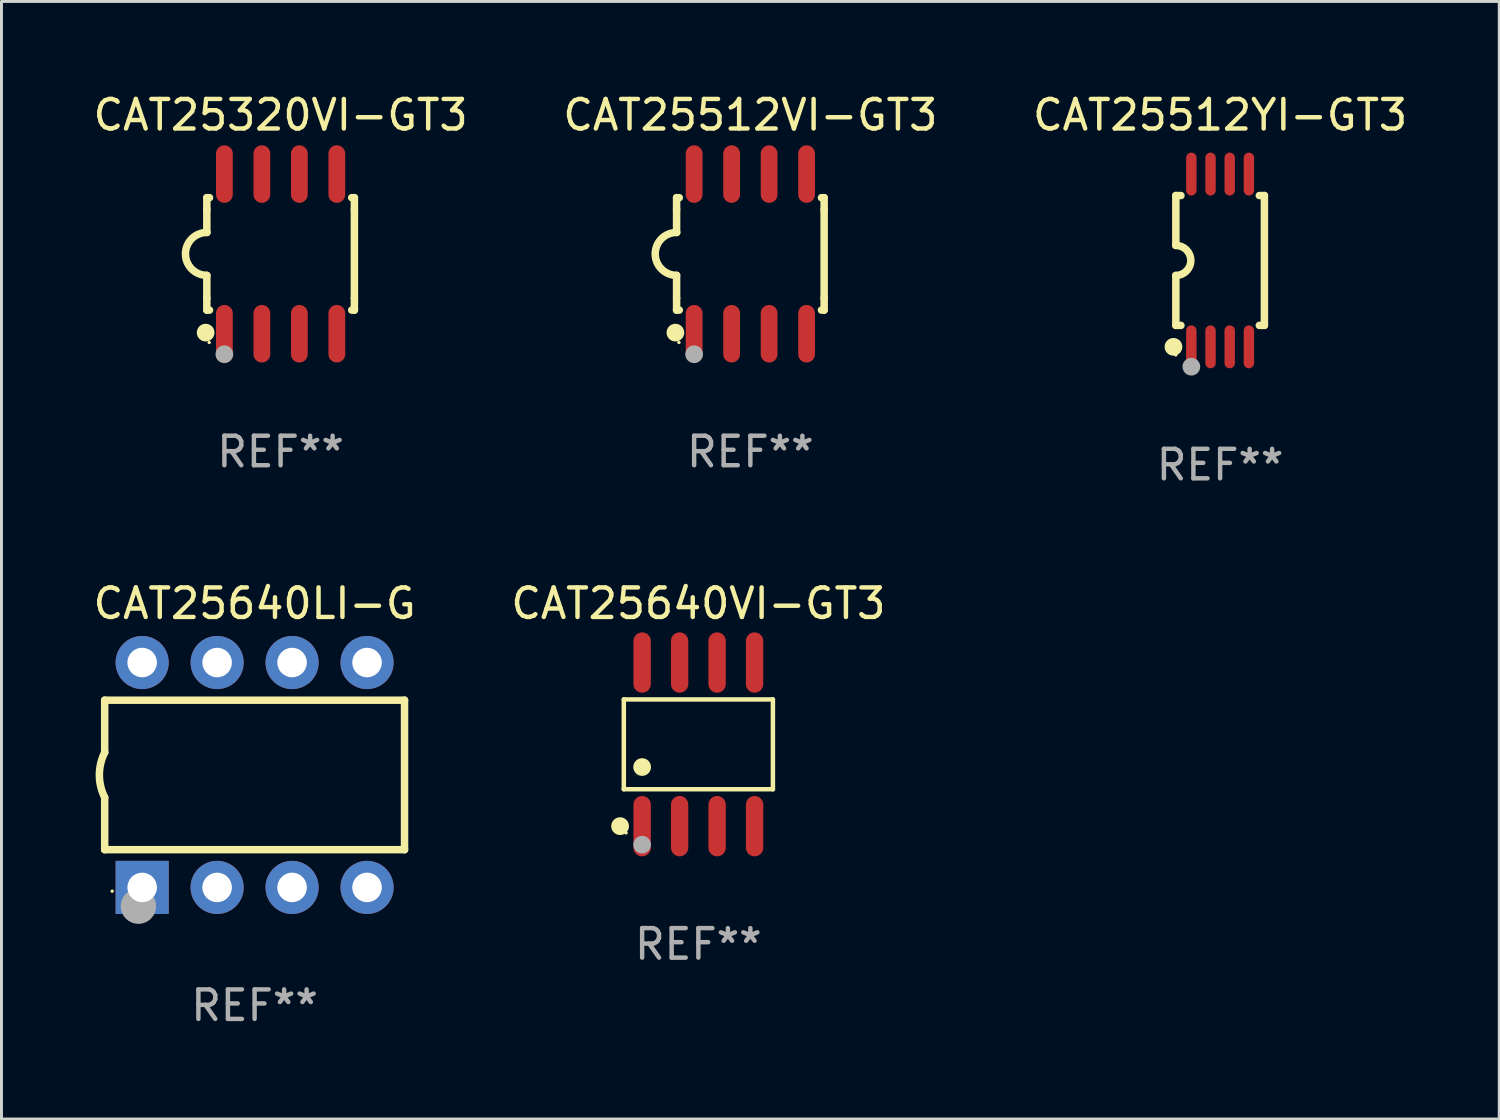
<source format=kicad_pcb>
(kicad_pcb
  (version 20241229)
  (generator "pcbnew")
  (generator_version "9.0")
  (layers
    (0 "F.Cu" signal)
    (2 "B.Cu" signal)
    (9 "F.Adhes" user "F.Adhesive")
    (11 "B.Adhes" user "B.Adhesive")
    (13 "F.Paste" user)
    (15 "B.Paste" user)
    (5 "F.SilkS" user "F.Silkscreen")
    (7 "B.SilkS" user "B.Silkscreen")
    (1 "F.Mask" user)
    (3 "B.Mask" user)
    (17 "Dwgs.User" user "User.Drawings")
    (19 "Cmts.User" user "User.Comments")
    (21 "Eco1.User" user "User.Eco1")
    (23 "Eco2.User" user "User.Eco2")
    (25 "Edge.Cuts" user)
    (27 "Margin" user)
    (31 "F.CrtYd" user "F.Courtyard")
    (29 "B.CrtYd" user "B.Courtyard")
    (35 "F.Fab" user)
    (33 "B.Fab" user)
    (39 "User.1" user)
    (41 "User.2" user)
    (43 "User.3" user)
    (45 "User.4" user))
  (footprint "CAT25320VI-GT3"
    (layer "F.Cu")
    (at 6.458 5.553)
    (property "Reference" "CAT25320VI-GT3" (at 0 -4.705 0) (layer "F.SilkS") (effects (font (size 1 1) (thickness 0.15))))
    (attr through_hole)
    (fp_line (start -2.5 -1.905) (end -2.409 -1.905) (stroke (width 0.254) (type solid)) (layer "F.SilkS"))
    (fp_line (start -2.5 -1.5) (end -2.5 -1.905) (stroke (width 0.254) (type solid)) (layer "F.SilkS"))
    (fp_line (start -2.5 -1.5) (end -2.5 -0.726) (stroke (width 0.254) (type solid)) (layer "F.SilkS"))
    (fp_line (start -2.5 1.5) (end -2.5 0.727) (stroke (width 0.254) (type solid)) (layer "F.SilkS"))
    (fp_line (start -2.5 1.5) (end -2.5 1.905) (stroke (width 0.254) (type solid)) (layer "F.SilkS"))
    (fp_line (start -2.5 1.905) (end -2.409 1.905) (stroke (width 0.254) (type solid)) (layer "F.SilkS"))
    (fp_line (start 2.5 -1.905) (end 2.409 -1.905) (stroke (width 0.254) (type solid)) (layer "F.SilkS"))
    (fp_line (start 2.5 -1.5) (end 2.5 -1.905) (stroke (width 0.254) (type solid)) (layer "F.SilkS"))
    (fp_line (start 2.5 -1.5) (end 2.5 1.5) (stroke (width 0.254) (type solid)) (layer "F.SilkS"))
    (fp_line (start 2.5 1.5) (end 2.5 1.905) (stroke (width 0.254) (type solid)) (layer "F.SilkS"))
    (fp_line (start 2.5 1.905) (end 2.409 1.905) (stroke (width 0.254) (type solid)) (layer "F.SilkS"))
    (fp_arc (start -2.5 0.726568) (mid -3.220316 -0.0023) (end -2.495097 -0.726289) (stroke (width 0.254001) (type solid)) (layer "F.SilkS"))
    (fp_circle (center -2.54 2.667) (end -2.39 2.667) (stroke (width 0.3) (type solid)) (fill no) (layer "F.SilkS"))
    (fp_circle (center -2.42 3) (end -2.39 3) (stroke (width 0.06) (type solid)) (fill no) (layer "F.SilkS"))
    (fp_circle (center -1.905 3.4) (end -1.755 3.4) (stroke (width 0.3) (type solid)) (fill no) (layer "F.Fab"))
    (fp_text user "REF**" (at 0 6.705 0) (layer "F.Fab") (effects (font (size 1 1) (thickness 0.15))))
    (pad "1" smd oval (at -1.905 2.705) (size 0.568 1.95) (layers "F.Cu" "F.Mask" "F.Paste"))
    (pad "2" smd oval (at -0.635 2.705) (size 0.568 1.95) (layers "F.Cu" "F.Mask" "F.Paste"))
    (pad "3" smd oval (at 0.635 2.705) (size 0.568 1.95) (layers "F.Cu" "F.Mask" "F.Paste"))
    (pad "4" smd oval (at 1.905 2.705) (size 0.568 1.95) (layers "F.Cu" "F.Mask" "F.Paste"))
    (pad "5" smd oval (at 1.905 -2.705) (size 0.568 1.95) (layers "F.Cu" "F.Mask" "F.Paste"))
    (pad "6" smd oval (at 0.635 -2.705) (size 0.568 1.95) (layers "F.Cu" "F.Mask" "F.Paste"))
    (pad "7" smd oval (at -0.635 -2.705) (size 0.568 1.95) (layers "F.Cu" "F.Mask" "F.Paste"))
    (pad "8" smd oval (at -1.905 -2.705) (size 0.568 1.95) (layers "F.Cu" "F.Mask" "F.Paste")))
  (footprint "CAT25512VI-GT3"
    (layer "F.Cu")
    (at 22.375 5.553)
    (property "Reference" "CAT25512VI-GT3" (at 0 -4.705 0) (layer "F.SilkS") (effects (font (size 1 1) (thickness 0.15))))
    (attr through_hole)
    (fp_line (start -2.5 -1.905) (end -2.409 -1.905) (stroke (width 0.254) (type solid)) (layer "F.SilkS"))
    (fp_line (start -2.5 -1.5) (end -2.5 -1.905) (stroke (width 0.254) (type solid)) (layer "F.SilkS"))
    (fp_line (start -2.5 -1.5) (end -2.5 -0.726) (stroke (width 0.254) (type solid)) (layer "F.SilkS"))
    (fp_line (start -2.5 1.5) (end -2.5 0.727) (stroke (width 0.254) (type solid)) (layer "F.SilkS"))
    (fp_line (start -2.5 1.5) (end -2.5 1.905) (stroke (width 0.254) (type solid)) (layer "F.SilkS"))
    (fp_line (start -2.5 1.905) (end -2.409 1.905) (stroke (width 0.254) (type solid)) (layer "F.SilkS"))
    (fp_line (start 2.5 -1.905) (end 2.409 -1.905) (stroke (width 0.254) (type solid)) (layer "F.SilkS"))
    (fp_line (start 2.5 -1.5) (end 2.5 -1.905) (stroke (width 0.254) (type solid)) (layer "F.SilkS"))
    (fp_line (start 2.5 -1.5) (end 2.5 1.5) (stroke (width 0.254) (type solid)) (layer "F.SilkS"))
    (fp_line (start 2.5 1.5) (end 2.5 1.905) (stroke (width 0.254) (type solid)) (layer "F.SilkS"))
    (fp_line (start 2.5 1.905) (end 2.409 1.905) (stroke (width 0.254) (type solid)) (layer "F.SilkS"))
    (fp_arc (start -2.5 0.726568) (mid -3.220316 -0.0023) (end -2.495097 -0.726289) (stroke (width 0.254001) (type solid)) (layer "F.SilkS"))
    (fp_circle (center -2.54 2.667) (end -2.39 2.667) (stroke (width 0.3) (type solid)) (fill no) (layer "F.SilkS"))
    (fp_circle (center -2.42 3) (end -2.39 3) (stroke (width 0.06) (type solid)) (fill no) (layer "F.SilkS"))
    (fp_circle (center -1.905 3.4) (end -1.755 3.4) (stroke (width 0.3) (type solid)) (fill no) (layer "F.Fab"))
    (fp_text user "REF**" (at 0 6.705 0) (layer "F.Fab") (effects (font (size 1 1) (thickness 0.15))))
    (pad "1" smd oval (at -1.905 2.705) (size 0.568 1.95) (layers "F.Cu" "F.Mask" "F.Paste"))
    (pad "2" smd oval (at -0.635 2.705) (size 0.568 1.95) (layers "F.Cu" "F.Mask" "F.Paste"))
    (pad "3" smd oval (at 0.635 2.705) (size 0.568 1.95) (layers "F.Cu" "F.Mask" "F.Paste"))
    (pad "4" smd oval (at 1.905 2.705) (size 0.568 1.95) (layers "F.Cu" "F.Mask" "F.Paste"))
    (pad "5" smd oval (at 1.905 -2.705) (size 0.568 1.95) (layers "F.Cu" "F.Mask" "F.Paste"))
    (pad "6" smd oval (at 0.635 -2.705) (size 0.568 1.95) (layers "F.Cu" "F.Mask" "F.Paste"))
    (pad "7" smd oval (at -0.635 -2.705) (size 0.568 1.95) (layers "F.Cu" "F.Mask" "F.Paste"))
    (pad "8" smd oval (at -1.905 -2.705) (size 0.568 1.95) (layers "F.Cu" "F.Mask" "F.Paste")))
  (footprint "CAT25640LI-G"
    (layer "F.Cu")
    (at 5.577 23.209)
    (property "Reference" "CAT25640LI-G" (at 0 -5.81 0) (layer "F.SilkS") (effects (font (size 1 1) (thickness 0.15))))
    (attr through_hole)
    (fp_line (start -5.08 -2.534) (end 5.08 -2.534) (stroke (width 0.254) (type solid)) (layer "F.SilkS"))
    (fp_line (start -5.08 -0.762) (end -5.08 -2.534) (stroke (width 0.254) (type solid)) (layer "F.SilkS"))
    (fp_line (start -5.08 2.531) (end -5.08 0.762) (stroke (width 0.254) (type solid)) (layer "F.SilkS"))
    (fp_line (start -5.08 2.531) (end 5.08 2.531) (stroke (width 0.254) (type solid)) (layer "F.SilkS"))
    (fp_line (start 5.08 2.531) (end 5.08 -2.534) (stroke (width 0.254) (type solid)) (layer "F.SilkS"))
    (fp_arc (start -5.08001 0.762001) (mid -5.259894 0) (end -5.08001 -0.762002) (stroke (width 0.254001) (type solid)) (layer "F.SilkS"))
    (fp_circle (center -4.826 3.937) (end -4.796 3.937) (stroke (width 0.06) (type solid)) (fill no) (layer "F.SilkS"))
    (fp_circle (center -3.937 4.445) (end -3.637 4.445) (stroke (width 0.6) (type solid)) (fill no) (layer "F.Fab"))
    (fp_text user "REF**" (at 0 7.81 0) (layer "F.Fab") (effects (font (size 1 1) (thickness 0.15))))
    (pad "1" thru_hole rect (at -3.81 3.81) (size 1.8 1.8) (drill 1) (layers "*.Cu" "*.Mask"))
    (pad "2" thru_hole circle (at -1.27 3.81) (size 1.8 1.8) (drill 1) (layers "*.Cu" "*.Mask"))
    (pad "3" thru_hole circle (at 1.27 3.81) (size 1.8 1.8) (drill 1) (layers "*.Cu" "*.Mask"))
    (pad "4" thru_hole circle (at 3.81 3.81) (size 1.8 1.8) (drill 1) (layers "*.Cu" "*.Mask"))
    (pad "5" thru_hole circle (at 3.81 -3.81) (size 1.8 1.8) (drill 1) (layers "*.Cu" "*.Mask"))
    (pad "6" thru_hole circle (at 1.27 -3.81) (size 1.8 1.8) (drill 1) (layers "*.Cu" "*.Mask"))
    (pad "7" thru_hole circle (at -1.27 -3.81) (size 1.8 1.8) (drill 1) (layers "*.Cu" "*.Mask"))
    (pad "8" thru_hole circle (at -3.81 -3.81) (size 1.8 1.8) (drill 1) (layers "*.Cu" "*.Mask")))
  (footprint "CAT25512YI-GT3"
    (layer "F.Cu")
    (at 38.292 5.775)
    (property "Reference" "CAT25512YI-GT3" (at 0 -4.927 0) (layer "F.SilkS") (effects (font (size 1 1) (thickness 0.15))))
    (attr through_hole)
    (fp_line (start -1.5 -2.2) (end -1.5 -0.508) (stroke (width 0.254) (type solid)) (layer "F.SilkS"))
    (fp_line (start -1.5 -2.2) (end -1.328 -2.2) (stroke (width 0.254) (type solid)) (layer "F.SilkS"))
    (fp_line (start -1.5 2.2) (end -1.5 0.508) (stroke (width 0.254) (type solid)) (layer "F.SilkS"))
    (fp_line (start -1.5 2.2) (end -1.328 2.2) (stroke (width 0.254) (type solid)) (layer "F.SilkS"))
    (fp_line (start 1.328 -2.2) (end 1.5 -2.2) (stroke (width 0.254) (type solid)) (layer "F.SilkS"))
    (fp_line (start 1.328 2.2) (end 1.5 2.2) (stroke (width 0.254) (type solid)) (layer "F.SilkS"))
    (fp_line (start 1.5 -2.2) (end 1.5 2.2) (stroke (width 0.254) (type solid)) (layer "F.SilkS"))
    (fp_arc (start -1.501144 -0.508) (mid -0.993143 -0.000571) (end -1.5 0.508001) (stroke (width 0.254001) (type solid)) (layer "F.SilkS"))
    (fp_circle (center -1.581 2.927) (end -1.431 2.927) (stroke (width 0.3) (type solid)) (fill no) (layer "F.SilkS"))
    (fp_circle (center -1.5 3.2) (end -1.47 3.2) (stroke (width 0.06) (type solid)) (fill no) (layer "F.SilkS"))
    (fp_circle (center -0.975 3.6) (end -0.825 3.6) (stroke (width 0.3) (type solid)) (fill no) (layer "F.Fab"))
    (fp_text user "REF**" (at 0 6.927 0) (layer "F.Fab") (effects (font (size 1 1) (thickness 0.15))))
    (pad "1" smd oval (at -0.975 2.927) (size 0.353 1.454) (layers "F.Cu" "F.Mask" "F.Paste"))
    (pad "2" smd oval (at -0.325 2.927) (size 0.353 1.454) (layers "F.Cu" "F.Mask" "F.Paste"))
    (pad "3" smd oval (at 0.325 2.927) (size 0.353 1.454) (layers "F.Cu" "F.Mask" "F.Paste"))
    (pad "4" smd oval (at 0.975 2.927) (size 0.353 1.454) (layers "F.Cu" "F.Mask" "F.Paste"))
    (pad "5" smd oval (at 0.975 -2.927) (size 0.353 1.454) (layers "F.Cu" "F.Mask" "F.Paste"))
    (pad "6" smd oval (at 0.325 -2.927) (size 0.353 1.454) (layers "F.Cu" "F.Mask" "F.Paste"))
    (pad "7" smd oval (at -0.325 -2.927) (size 0.353 1.454) (layers "F.Cu" "F.Mask" "F.Paste"))
    (pad "8" smd oval (at -0.975 -2.927) (size 0.353 1.454) (layers "F.Cu" "F.Mask" "F.Paste")))
  (footprint "CAT25640VI-GT3"
    (layer "F.Cu")
    (at 20.613 22.171)
    (property "Reference" "CAT25640VI-GT3" (at 0 -4.772 0) (layer "F.SilkS") (effects (font (size 1 1) (thickness 0.15))))
    (attr through_hole)
    (fp_line (start -2.526 -1.521) (end 2.526 -1.521) (stroke (width 0.152) (type solid)) (layer "F.SilkS"))
    (fp_line (start -2.526 1.521) (end -2.526 -1.521) (stroke (width 0.152) (type solid)) (layer "F.SilkS"))
    (fp_line (start 2.526 -1.521) (end 2.526 1.521) (stroke (width 0.152) (type solid)) (layer "F.SilkS"))
    (fp_line (start 2.526 1.521) (end -2.526 1.521) (stroke (width 0.152) (type solid)) (layer "F.SilkS"))
    (fp_circle (center -2.652 2.772) (end -2.501 2.772) (stroke (width 0.3) (type solid)) (fill no) (layer "F.SilkS"))
    (fp_circle (center -2.45 3) (end -2.42 3) (stroke (width 0.06) (type solid)) (fill no) (layer "F.SilkS"))
    (fp_circle (center -1.905 0.769) (end -1.755 0.769) (stroke (width 0.3) (type solid)) (fill no) (layer "F.SilkS"))
    (fp_circle (center -1.905 3.4) (end -1.755 3.4) (stroke (width 0.3) (type solid)) (fill no) (layer "F.Fab"))
    (fp_text user "REF**" (at 0 6.772 0) (layer "F.Fab") (effects (font (size 1 1) (thickness 0.15))))
    (pad "1" smd oval (at -1.905 2.772) (size 0.588 2.045) (layers "F.Cu" "F.Mask" "F.Paste"))
    (pad "2" smd oval (at -0.635 2.772) (size 0.588 2.045) (layers "F.Cu" "F.Mask" "F.Paste"))
    (pad "3" smd oval (at 0.635 2.772) (size 0.588 2.045) (layers "F.Cu" "F.Mask" "F.Paste"))
    (pad "4" smd oval (at 1.905 2.772) (size 0.588 2.045) (layers "F.Cu" "F.Mask" "F.Paste"))
    (pad "5" smd oval (at 1.905 -2.772) (size 0.588 2.045) (layers "F.Cu" "F.Mask" "F.Paste"))
    (pad "6" smd oval (at 0.635 -2.772) (size 0.588 2.045) (layers "F.Cu" "F.Mask" "F.Paste"))
    (pad "7" smd oval (at -0.635 -2.772) (size 0.588 2.045) (layers "F.Cu" "F.Mask" "F.Paste"))
    (pad "8" smd oval (at -1.905 -2.772) (size 0.588 2.045) (layers "F.Cu" "F.Mask" "F.Paste")))
  (gr_rect
    (start -3 -3)
    (end 47.75 34.867)
    (stroke (width 0.1) (type default))
    (fill no)
    (layer "Edge.Cuts")))
</source>
